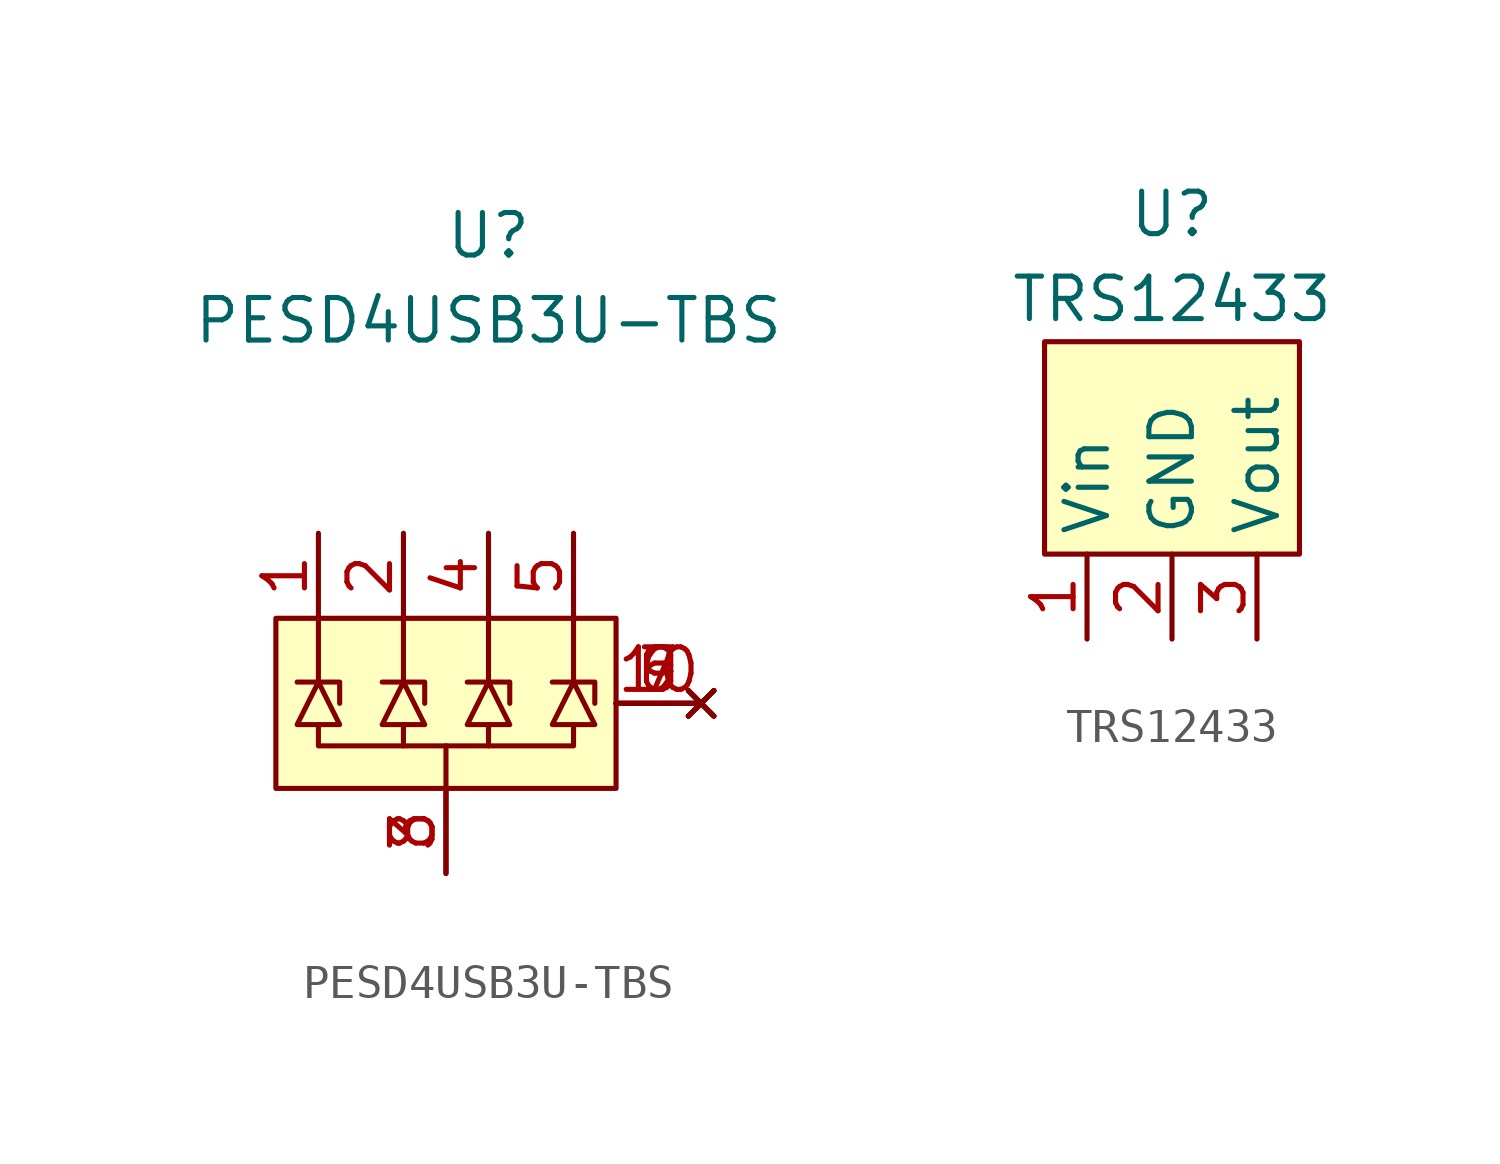
<source format=kicad_sym>
(kicad_symbol_lib
  (version 20211014)
  (generator kicad_symbol_editor)
  (symbol "PESD4USB3U-TBS"
    (property "Reference" "U"
      (at 1.27 19.05 0)
      (effects (font (size 1.27 1.27))))
    (property "Value" "PESD4USB3U-TBS"
      (at 1.27 16.51 0)
      (effects (font (size 1.27 1.27))))
    (symbol "PESD4USB3U-TBS_0_1"
      (rectangle (start -5.08 7.62) (end 5.08 2.54) (stroke (width 0) (type default) (color 0 0 0 0)) (fill (type background)))
      (polyline (pts (xy -3.81 7.62) (xy -3.81 5.715)) (stroke (width 0) (type default) (color 0 0 0 0)) (fill (type none)))
      (polyline (pts (xy -1.27 7.62) (xy -1.27 5.715)) (stroke (width 0) (type default) (color 0 0 0 0)) (fill (type none)))
      (polyline (pts (xy 0 2.54) (xy 0 3.81)) (stroke (width 0) (type default) (color 0 0 0 0)) (fill (type none)))
      (polyline (pts (xy 1.27 7.62) (xy 1.27 5.715)) (stroke (width 0) (type default) (color 0 0 0 0)) (fill (type none)))
      (polyline (pts (xy 3.81 7.62) (xy 3.81 5.715)) (stroke (width 0) (type default) (color 0 0 0 0)) (fill (type none)))
      (polyline (pts (xy -4.445 5.715) (xy -3.175 5.715) (xy -3.175 5.08)) (stroke (width 0) (type default) (color 0 0 0 0)) (fill (type none)))
      (polyline (pts (xy -3.81 4.445) (xy -3.81 3.81) (xy -1.27 3.81)) (stroke (width 0) (type default) (color 0 0 0 0)) (fill (type none)))
      (polyline (pts (xy -1.905 5.715) (xy -0.635 5.715) (xy -0.635 5.08)) (stroke (width 0) (type default) (color 0 0 0 0)) (fill (type none)))
      (polyline (pts (xy -1.27 4.445) (xy -1.27 3.81) (xy 1.27 3.81)) (stroke (width 0) (type default) (color 0 0 0 0)) (fill (type none)))
      (polyline (pts (xy 0.635 5.715) (xy 1.905 5.715) (xy 1.905 5.08)) (stroke (width 0) (type default) (color 0 0 0 0)) (fill (type none)))
      (polyline (pts (xy 3.175 5.715) (xy 4.445 5.715) (xy 4.445 5.08)) (stroke (width 0) (type default) (color 0 0 0 0)) (fill (type none)))
      (polyline (pts (xy -4.445 4.445) (xy -3.175 4.445) (xy -3.81 5.715) (xy -4.445 4.445)) (stroke (width 0) (type default) (color 0 0 0 0)) (fill (type none)))
      (polyline (pts (xy -1.905 4.445) (xy -0.635 4.445) (xy -1.27 5.715) (xy -1.905 4.445)) (stroke (width 0) (type default) (color 0 0 0 0)) (fill (type none)))
      (polyline (pts (xy 0.635 4.445) (xy 1.905 4.445) (xy 1.27 5.715) (xy 0.635 4.445)) (stroke (width 0) (type default) (color 0 0 0 0)) (fill (type none)))
      (polyline (pts (xy 1.27 4.445) (xy 1.27 3.81) (xy 3.81 3.81) (xy 3.81 4.445)) (stroke (width 0) (type default) (color 0 0 0 0)) (fill (type none)))
      (polyline (pts (xy 3.175 4.445) (xy 4.445 4.445) (xy 3.81 5.715) (xy 3.175 4.445)) (stroke (width 0) (type default) (color 0 0 0 0)) (fill (type none))))
    (symbol "PESD4USB3U-TBS_1_1"
      (pin input line (at -3.81 10.16 270) (length 2.54) (name "" (effects (font (size 1.27 1.27)))) (number "1" (effects (font (size 1.27 1.27)))))
      (pin no_connect line (at 7.62 5.08 180) (length 2.54) (name "" (effects (font (size 1.27 1.27)))) (number "10" (effects (font (size 1.27 1.27)))))
      (pin input line (at -1.27 10.16 270) (length 2.54) (name "" (effects (font (size 1.27 1.27)))) (number "2" (effects (font (size 1.27 1.27)))))
      (pin input line (at 0 0 90) (length 2.54) (name "" (effects (font (size 1.27 1.27)))) (number "3" (effects (font (size 1.27 1.27)))))
      (pin input line (at 1.27 10.16 270) (length 2.54) (name "" (effects (font (size 1.27 1.27)))) (number "4" (effects (font (size 1.27 1.27)))))
      (pin input line (at 3.81 10.16 270) (length 2.54) (name "" (effects (font (size 1.27 1.27)))) (number "5" (effects (font (size 1.27 1.27)))))
      (pin no_connect line (at 7.62 5.08 180) (length 2.54) (name "" (effects (font (size 1.27 1.27)))) (number "6" (effects (font (size 1.27 1.27)))))
      (pin no_connect line (at 7.62 5.08 180) (length 2.54) (name "" (effects (font (size 1.27 1.27)))) (number "7" (effects (font (size 1.27 1.27)))))
      (pin input line (at 0 0 90) (length 2.54) (name "" (effects (font (size 1.27 1.27)))) (number "8" (effects (font (size 1.27 1.27)))))
      (pin no_connect line (at 7.62 5.08 180) (length 2.54) (name "" (effects (font (size 1.27 1.27)))) (number "9" (effects (font (size 1.27 1.27)))))))
  (symbol "TRS12433"
    (property "Reference" "U"
      (at 0 1.27 0)
      (effects (font (size 1.27 1.27))))
    (property "Value" "TRS12433"
      (at 0 -1.27 0)
      (effects (font (size 1.27 1.27))))
    (symbol "TRS12433_0_1"
      (rectangle (start -3.81 -8.89) (end 3.81 -2.54) (stroke (width 0) (type default) (color 0 0 0 0)) (fill (type background))))
    (symbol "TRS12433_1_1"
      (pin input line (at -2.54 -11.43 90) (length 2.54) (name "Vin" (effects (font (size 1.27 1.27)))) (number "1" (effects (font (size 1.27 1.27)))))
      (pin input line (at 0 -11.43 90) (length 2.54) (name "GND" (effects (font (size 1.27 1.27)))) (number "2" (effects (font (size 1.27 1.27)))))
      (pin input line (at 2.54 -11.43 90) (length 2.54) (name "Vout" (effects (font (size 1.27 1.27)))) (number "3" (effects (font (size 1.27 1.27))))))))
</source>
